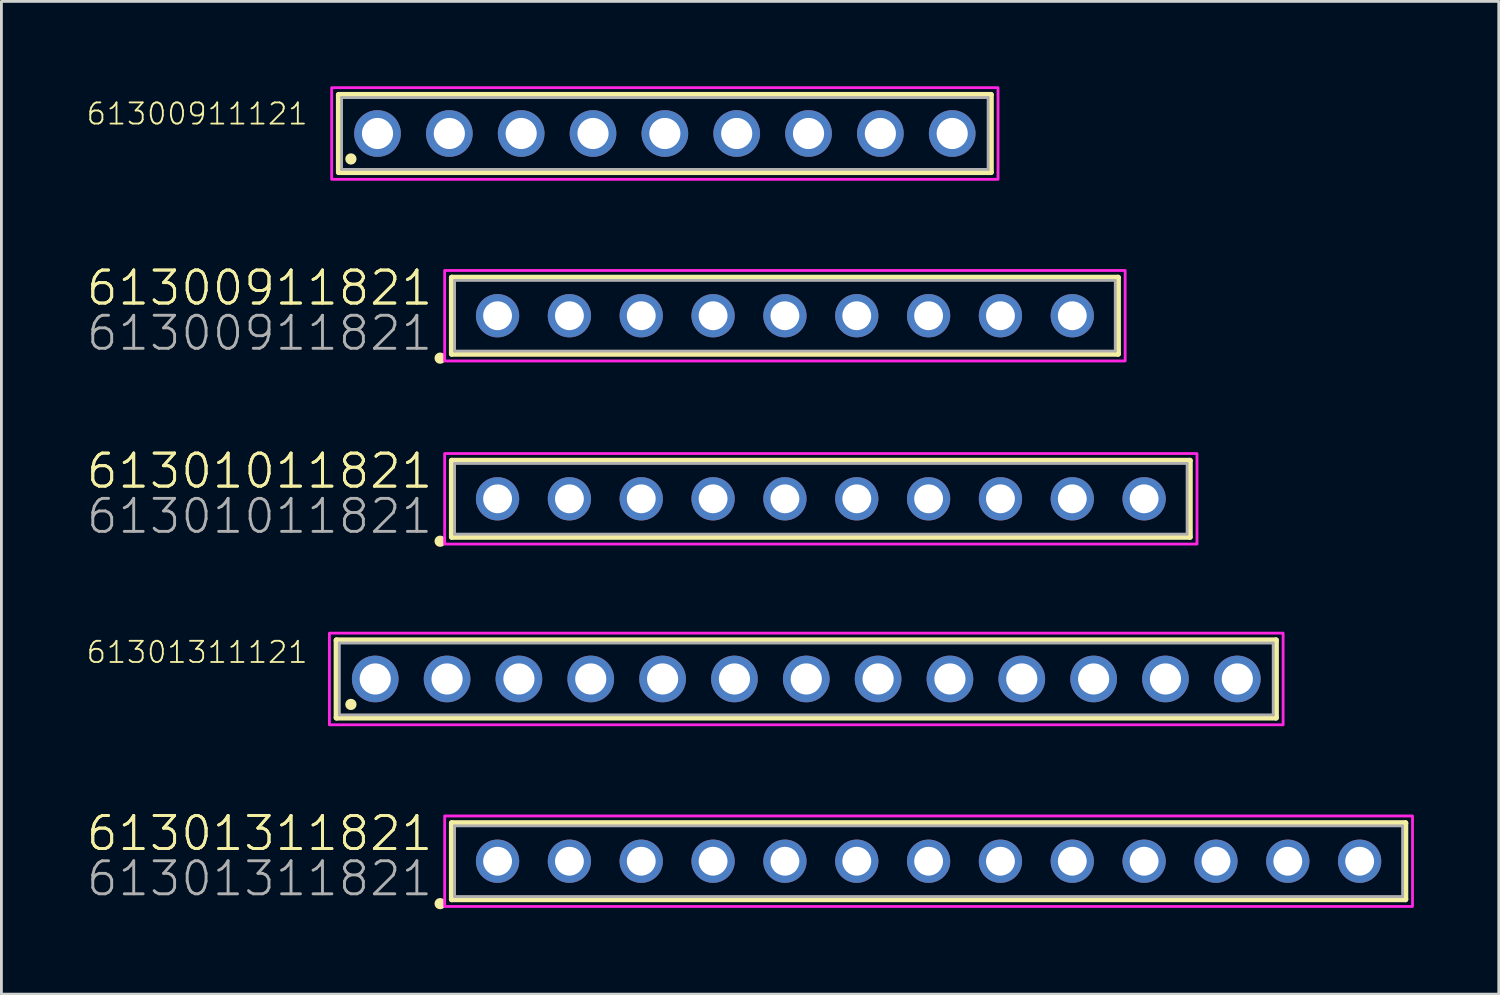
<source format=kicad_pcb>
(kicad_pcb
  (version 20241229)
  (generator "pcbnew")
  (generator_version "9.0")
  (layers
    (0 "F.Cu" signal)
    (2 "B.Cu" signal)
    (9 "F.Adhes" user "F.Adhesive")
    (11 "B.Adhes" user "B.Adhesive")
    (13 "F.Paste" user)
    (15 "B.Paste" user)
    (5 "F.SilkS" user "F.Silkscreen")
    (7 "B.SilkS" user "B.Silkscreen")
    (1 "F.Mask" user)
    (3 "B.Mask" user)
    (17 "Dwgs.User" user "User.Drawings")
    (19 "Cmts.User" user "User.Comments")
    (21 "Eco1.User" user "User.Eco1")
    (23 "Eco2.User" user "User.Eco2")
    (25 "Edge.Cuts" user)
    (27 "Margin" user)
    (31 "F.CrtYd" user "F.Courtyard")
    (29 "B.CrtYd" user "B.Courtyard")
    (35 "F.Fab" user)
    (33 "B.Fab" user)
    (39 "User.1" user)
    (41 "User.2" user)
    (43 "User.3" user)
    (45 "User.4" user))
  (footprint "61301311121"
    (layer "F.Cu")
    (at 25.457 20.956)
    (property "Reference" "61301311121" (at -17.578 -0.506 0) (unlocked yes) (layer "F.SilkS") (effects (font (size 0.748 0.748) (thickness 0.065)) (justify right bottom)))
    (fp_line (start -16.61 -1.37) (end 16.61 -1.37) (stroke (width 0.2) (type solid)) (layer "F.SilkS"))
    (fp_line (start -16.61 1.37) (end -16.61 -1.37) (stroke (width 0.2) (type solid)) (layer "F.SilkS"))
    (fp_line (start 16.61 -1.37) (end 16.61 1.37) (stroke (width 0.2) (type solid)) (layer "F.SilkS"))
    (fp_line (start 16.61 1.37) (end -16.61 1.37) (stroke (width 0.2) (type solid)) (layer "F.SilkS"))
    (fp_circle (center -16.1 0.9) (end -16 0.9) (stroke (width 0.2) (type solid)) (fill no) (layer "F.SilkS"))
    (fp_poly (pts (xy 16.86 1.62) (xy -16.86 1.62) (xy -16.86 -1.62) (xy 16.86 -1.62)) (stroke (width 0.1) (type default)) (fill no) (layer "F.CrtYd"))
    (fp_line (start -16.51 -1.27) (end -16.51 1.27) (stroke (width 0.1) (type solid)) (layer "F.Fab"))
    (fp_line (start -16.51 1.27) (end 16.51 1.27) (stroke (width 0.1) (type solid)) (layer "F.Fab"))
    (fp_line (start 16.51 -1.27) (end -16.51 -1.27) (stroke (width 0.1) (type solid)) (layer "F.Fab"))
    (fp_line (start 16.51 1.27) (end 16.51 -1.27) (stroke (width 0.1) (type solid)) (layer "F.Fab"))
    (pad "1" thru_hole circle (at -15.24 0) (size 1.65 1.65) (drill 1.1) (layers "*.Cu" "*.Mask"))
    (pad "2" thru_hole circle (at -12.7 0) (size 1.65 1.65) (drill 1.1) (layers "*.Cu" "*.Mask"))
    (pad "3" thru_hole circle (at -10.16 0) (size 1.65 1.65) (drill 1.1) (layers "*.Cu" "*.Mask"))
    (pad "4" thru_hole circle (at -7.62 0) (size 1.65 1.65) (drill 1.1) (layers "*.Cu" "*.Mask"))
    (pad "5" thru_hole circle (at -5.08 0) (size 1.65 1.65) (drill 1.1) (layers "*.Cu" "*.Mask"))
    (pad "6" thru_hole circle (at -2.54 0) (size 1.65 1.65) (drill 1.1) (layers "*.Cu" "*.Mask"))
    (pad "7" thru_hole circle (at 0 0) (size 1.65 1.65) (drill 1.1) (layers "*.Cu" "*.Mask"))
    (pad "8" thru_hole circle (at 2.54 0) (size 1.65 1.65) (drill 1.1) (layers "*.Cu" "*.Mask"))
    (pad "9" thru_hole circle (at 5.08 0) (size 1.65 1.65) (drill 1.1) (layers "*.Cu" "*.Mask"))
    (pad "10" thru_hole circle (at 7.62 0) (size 1.65 1.65) (drill 1.1) (layers "*.Cu" "*.Mask"))
    (pad "11" thru_hole circle (at 10.16 0) (size 1.65 1.65) (drill 1.1) (layers "*.Cu" "*.Mask"))
    (pad "12" thru_hole circle (at 12.7 0) (size 1.65 1.65) (drill 1.1) (layers "*.Cu" "*.Mask"))
    (pad "13" thru_hole circle (at 15.24 0) (size 1.65 1.65) (drill 1.1) (layers "*.Cu" "*.Mask")))
  (footprint "61301311821"
    (layer "F.Cu")
    (at 29.782 27.4)
    (property "Reference" "61301311821" (at -17.47 -0.3 0) (unlocked yes) (layer "F.SilkS") (effects (font (size 1.168 1.168) (thickness 0.102)) (justify right bottom)))
    (property "Value" "61301311821" (at -17.47 1.3 0) (unlocked yes) (layer "F.Fab") (hide yes) (effects (font (size 1.168 1.168) (thickness 0.102)) (justify right bottom)))
    (fp_line (start -16.86 -1.35) (end 16.86 -1.35) (stroke (width 0.2) (type solid)) (layer "F.SilkS"))
    (fp_line (start -16.86 1.35) (end -16.86 -1.35) (stroke (width 0.2) (type solid)) (layer "F.SilkS"))
    (fp_line (start 16.86 -1.35) (end 16.86 1.35) (stroke (width 0.2) (type solid)) (layer "F.SilkS"))
    (fp_line (start 16.86 1.35) (end -16.86 1.35) (stroke (width 0.2) (type solid)) (layer "F.SilkS"))
    (fp_circle (center -17.27 1.5) (end -17.17 1.5) (stroke (width 0.2) (type solid)) (fill no) (layer "F.SilkS"))
    (fp_poly (pts (xy 17.11 1.6) (xy -17.11 1.6) (xy -17.11 -1.6) (xy 17.11 -1.6)) (stroke (width 0.1) (type default)) (fill no) (layer "F.CrtYd"))
    (fp_line (start -16.76 -1.25) (end -16.76 1.25) (stroke (width 0.1) (type solid)) (layer "F.Fab"))
    (fp_line (start -16.76 1.25) (end 16.76 1.25) (stroke (width 0.1) (type solid)) (layer "F.Fab"))
    (fp_line (start 16.76 -1.25) (end -16.76 -1.25) (stroke (width 0.1) (type solid)) (layer "F.Fab"))
    (fp_line (start 16.76 1.25) (end 16.76 -1.25) (stroke (width 0.1) (type solid)) (layer "F.Fab"))
    (fp_text user "${REFERENCE}" (at -17.47 -0.3 0) (unlocked yes) (layer "F.SilkS") (effects (font (size 1.168 1.168) (thickness 0.102)) (justify right bottom)))
    (fp_text user "${VALUE}" (at -17.47 1.3 0) (unlocked yes) (layer "F.Fab") (effects (font (size 1.168 1.168) (thickness 0.102)) (justify right bottom)))
    (pad "1" thru_hole circle (at -15.24 0) (size 1.53 1.53) (drill 1.02) (layers "*.Cu" "*.Mask"))
    (pad "2" thru_hole circle (at -12.7 0) (size 1.53 1.53) (drill 1.02) (layers "*.Cu" "*.Mask"))
    (pad "3" thru_hole circle (at -10.16 0) (size 1.53 1.53) (drill 1.02) (layers "*.Cu" "*.Mask"))
    (pad "4" thru_hole circle (at -7.62 0) (size 1.53 1.53) (drill 1.02) (layers "*.Cu" "*.Mask"))
    (pad "5" thru_hole circle (at -5.08 0) (size 1.53 1.53) (drill 1.02) (layers "*.Cu" "*.Mask"))
    (pad "6" thru_hole circle (at -2.54 0) (size 1.53 1.53) (drill 1.02) (layers "*.Cu" "*.Mask"))
    (pad "7" thru_hole circle (at 0 0) (size 1.53 1.53) (drill 1.02) (layers "*.Cu" "*.Mask"))
    (pad "8" thru_hole circle (at 2.54 0) (size 1.53 1.53) (drill 1.02) (layers "*.Cu" "*.Mask"))
    (pad "9" thru_hole circle (at 5.08 0) (size 1.53 1.53) (drill 1.02) (layers "*.Cu" "*.Mask"))
    (pad "10" thru_hole circle (at 7.62 0) (size 1.53 1.53) (drill 1.02) (layers "*.Cu" "*.Mask"))
    (pad "11" thru_hole circle (at 10.16 0) (size 1.53 1.53) (drill 1.02) (layers "*.Cu" "*.Mask"))
    (pad "12" thru_hole circle (at 12.7 0) (size 1.53 1.53) (drill 1.02) (layers "*.Cu" "*.Mask"))
    (pad "13" thru_hole circle (at 15.24 0) (size 1.53 1.53) (drill 1.02) (layers "*.Cu" "*.Mask")))
  (footprint "61301011821"
    (layer "F.Cu")
    (at 25.972 14.586)
    (property "Reference" "61301011821" (at -13.66 -0.3 0) (unlocked yes) (layer "F.SilkS") (effects (font (size 1.168 1.168) (thickness 0.102)) (justify right bottom)))
    (property "Value" "61301011821" (at -13.66 1.3 0) (unlocked yes) (layer "F.Fab") (hide yes) (effects (font (size 1.168 1.168) (thickness 0.102)) (justify right bottom)))
    (fp_line (start -13.05 -1.35) (end 13.05 -1.35) (stroke (width 0.2) (type solid)) (layer "F.SilkS"))
    (fp_line (start -13.05 1.35) (end -13.05 -1.35) (stroke (width 0.2) (type solid)) (layer "F.SilkS"))
    (fp_line (start 13.05 -1.35) (end 13.05 1.35) (stroke (width 0.2) (type solid)) (layer "F.SilkS"))
    (fp_line (start 13.05 1.35) (end -13.05 1.35) (stroke (width 0.2) (type solid)) (layer "F.SilkS"))
    (fp_circle (center -13.46 1.5) (end -13.36 1.5) (stroke (width 0.2) (type solid)) (fill no) (layer "F.SilkS"))
    (fp_poly (pts (xy 13.3 1.6) (xy -13.3 1.6) (xy -13.3 -1.6) (xy 13.3 -1.6)) (stroke (width 0.1) (type default)) (fill no) (layer "F.CrtYd"))
    (fp_line (start -12.95 -1.25) (end -12.95 1.25) (stroke (width 0.1) (type solid)) (layer "F.Fab"))
    (fp_line (start -12.95 1.25) (end 12.95 1.25) (stroke (width 0.1) (type solid)) (layer "F.Fab"))
    (fp_line (start 12.95 -1.25) (end -12.95 -1.25) (stroke (width 0.1) (type solid)) (layer "F.Fab"))
    (fp_line (start 12.95 1.25) (end 12.95 -1.25) (stroke (width 0.1) (type solid)) (layer "F.Fab"))
    (fp_text user "${REFERENCE}" (at -13.66 -0.3 0) (unlocked yes) (layer "F.SilkS") (effects (font (size 1.168 1.168) (thickness 0.102)) (justify right bottom)))
    (fp_text user "${VALUE}" (at -13.66 1.3 0) (unlocked yes) (layer "F.Fab") (effects (font (size 1.168 1.168) (thickness 0.102)) (justify right bottom)))
    (pad "1" thru_hole circle (at -11.43 0) (size 1.53 1.53) (drill 1.02) (layers "*.Cu" "*.Mask"))
    (pad "2" thru_hole circle (at -8.89 0) (size 1.53 1.53) (drill 1.02) (layers "*.Cu" "*.Mask"))
    (pad "3" thru_hole circle (at -6.35 0) (size 1.53 1.53) (drill 1.02) (layers "*.Cu" "*.Mask"))
    (pad "4" thru_hole circle (at -3.81 0) (size 1.53 1.53) (drill 1.02) (layers "*.Cu" "*.Mask"))
    (pad "5" thru_hole circle (at -1.27 0) (size 1.53 1.53) (drill 1.02) (layers "*.Cu" "*.Mask"))
    (pad "6" thru_hole circle (at 1.27 0) (size 1.53 1.53) (drill 1.02) (layers "*.Cu" "*.Mask"))
    (pad "7" thru_hole circle (at 3.81 0) (size 1.53 1.53) (drill 1.02) (layers "*.Cu" "*.Mask"))
    (pad "8" thru_hole circle (at 6.35 0) (size 1.53 1.53) (drill 1.02) (layers "*.Cu" "*.Mask"))
    (pad "9" thru_hole circle (at 8.89 0) (size 1.53 1.53) (drill 1.02) (layers "*.Cu" "*.Mask"))
    (pad "10" thru_hole circle (at 11.43 0) (size 1.53 1.53) (drill 1.02) (layers "*.Cu" "*.Mask")))
  (footprint "61300911821"
    (layer "F.Cu")
    (at 24.702 8.113)
    (property "Reference" "61300911821" (at -12.39 -0.3 0) (unlocked yes) (layer "F.SilkS") (effects (font (size 1.168 1.168) (thickness 0.102)) (justify right bottom)))
    (property "Value" "61300911821" (at -12.39 1.3 0) (unlocked yes) (layer "F.Fab") (hide yes) (effects (font (size 1.168 1.168) (thickness 0.102)) (justify right bottom)))
    (fp_line (start -11.78 -1.35) (end 11.78 -1.35) (stroke (width 0.2) (type solid)) (layer "F.SilkS"))
    (fp_line (start -11.78 1.35) (end -11.78 -1.35) (stroke (width 0.2) (type solid)) (layer "F.SilkS"))
    (fp_line (start 11.78 -1.35) (end 11.78 1.35) (stroke (width 0.2) (type solid)) (layer "F.SilkS"))
    (fp_line (start 11.78 1.35) (end -11.78 1.35) (stroke (width 0.2) (type solid)) (layer "F.SilkS"))
    (fp_circle (center -12.19 1.5) (end -12.09 1.5) (stroke (width 0.2) (type solid)) (fill no) (layer "F.SilkS"))
    (fp_poly (pts (xy 12.03 1.6) (xy -12.03 1.6) (xy -12.03 -1.6) (xy 12.03 -1.6)) (stroke (width 0.1) (type default)) (fill no) (layer "F.CrtYd"))
    (fp_line (start -11.68 -1.25) (end -11.68 1.25) (stroke (width 0.1) (type solid)) (layer "F.Fab"))
    (fp_line (start -11.68 1.25) (end 11.68 1.25) (stroke (width 0.1) (type solid)) (layer "F.Fab"))
    (fp_line (start 11.68 -1.25) (end -11.68 -1.25) (stroke (width 0.1) (type solid)) (layer "F.Fab"))
    (fp_line (start 11.68 1.25) (end 11.68 -1.25) (stroke (width 0.1) (type solid)) (layer "F.Fab"))
    (fp_text user "${REFERENCE}" (at -12.39 -0.3 0) (unlocked yes) (layer "F.SilkS") (effects (font (size 1.168 1.168) (thickness 0.102)) (justify right bottom)))
    (fp_text user "${VALUE}" (at -12.39 1.3 0) (unlocked yes) (layer "F.Fab") (effects (font (size 1.168 1.168) (thickness 0.102)) (justify right bottom)))
    (pad "1" thru_hole circle (at -10.16 0) (size 1.53 1.53) (drill 1.02) (layers "*.Cu" "*.Mask"))
    (pad "2" thru_hole circle (at -7.62 0) (size 1.53 1.53) (drill 1.02) (layers "*.Cu" "*.Mask"))
    (pad "3" thru_hole circle (at -5.08 0) (size 1.53 1.53) (drill 1.02) (layers "*.Cu" "*.Mask"))
    (pad "4" thru_hole circle (at -2.54 0) (size 1.53 1.53) (drill 1.02) (layers "*.Cu" "*.Mask"))
    (pad "5" thru_hole circle (at 0 0) (size 1.53 1.53) (drill 1.02) (layers "*.Cu" "*.Mask"))
    (pad "6" thru_hole circle (at 2.54 0) (size 1.53 1.53) (drill 1.02) (layers "*.Cu" "*.Mask"))
    (pad "7" thru_hole circle (at 5.08 0) (size 1.53 1.53) (drill 1.02) (layers "*.Cu" "*.Mask"))
    (pad "8" thru_hole circle (at 7.62 0) (size 1.53 1.53) (drill 1.02) (layers "*.Cu" "*.Mask"))
    (pad "9" thru_hole circle (at 10.16 0) (size 1.53 1.53) (drill 1.02) (layers "*.Cu" "*.Mask")))
  (footprint "61300911121"
    (layer "F.Cu")
    (at 20.457 1.67)
    (property "Reference" "61300911121" (at -12.578 -0.256 0) (unlocked yes) (layer "F.SilkS") (effects (font (size 0.748 0.748) (thickness 0.065)) (justify right bottom)))
    (fp_line (start -11.53 -1.37) (end 11.53 -1.37) (stroke (width 0.2) (type solid)) (layer "F.SilkS"))
    (fp_line (start -11.53 1.37) (end -11.53 -1.37) (stroke (width 0.2) (type solid)) (layer "F.SilkS"))
    (fp_line (start 11.53 -1.37) (end 11.53 1.37) (stroke (width 0.2) (type solid)) (layer "F.SilkS"))
    (fp_line (start 11.53 1.37) (end -11.53 1.37) (stroke (width 0.2) (type solid)) (layer "F.SilkS"))
    (fp_circle (center -11.1 0.9) (end -11 0.9) (stroke (width 0.2) (type solid)) (fill no) (layer "F.SilkS"))
    (fp_poly (pts (xy 11.78 1.62) (xy -11.78 1.62) (xy -11.78 -1.62) (xy 11.78 -1.62)) (stroke (width 0.1) (type default)) (fill no) (layer "F.CrtYd"))
    (fp_line (start -11.43 -1.27) (end -11.43 1.27) (stroke (width 0.1) (type solid)) (layer "F.Fab"))
    (fp_line (start -11.43 1.27) (end 11.43 1.27) (stroke (width 0.1) (type solid)) (layer "F.Fab"))
    (fp_line (start 11.43 -1.27) (end -11.43 -1.27) (stroke (width 0.1) (type solid)) (layer "F.Fab"))
    (fp_line (start 11.43 1.27) (end 11.43 -1.27) (stroke (width 0.1) (type solid)) (layer "F.Fab"))
    (pad "1" thru_hole circle (at -10.16 0) (size 1.65 1.65) (drill 1.1) (layers "*.Cu" "*.Mask"))
    (pad "2" thru_hole circle (at -7.62 0) (size 1.65 1.65) (drill 1.1) (layers "*.Cu" "*.Mask"))
    (pad "3" thru_hole circle (at -5.08 0) (size 1.65 1.65) (drill 1.1) (layers "*.Cu" "*.Mask"))
    (pad "4" thru_hole circle (at -2.54 0) (size 1.65 1.65) (drill 1.1) (layers "*.Cu" "*.Mask"))
    (pad "5" thru_hole circle (at 0 0) (size 1.65 1.65) (drill 1.1) (layers "*.Cu" "*.Mask"))
    (pad "6" thru_hole circle (at 2.54 0) (size 1.65 1.65) (drill 1.1) (layers "*.Cu" "*.Mask"))
    (pad "7" thru_hole circle (at 5.08 0) (size 1.65 1.65) (drill 1.1) (layers "*.Cu" "*.Mask"))
    (pad "8" thru_hole circle (at 7.62 0) (size 1.65 1.65) (drill 1.1) (layers "*.Cu" "*.Mask"))
    (pad "9" thru_hole circle (at 10.16 0) (size 1.65 1.65) (drill 1.1) (layers "*.Cu" "*.Mask")))
  (gr_rect
    (start -3 -3)
    (end 49.942 32.1)
    (stroke (width 0.1) (type default))
    (fill no)
    (layer "Edge.Cuts")))
</source>
